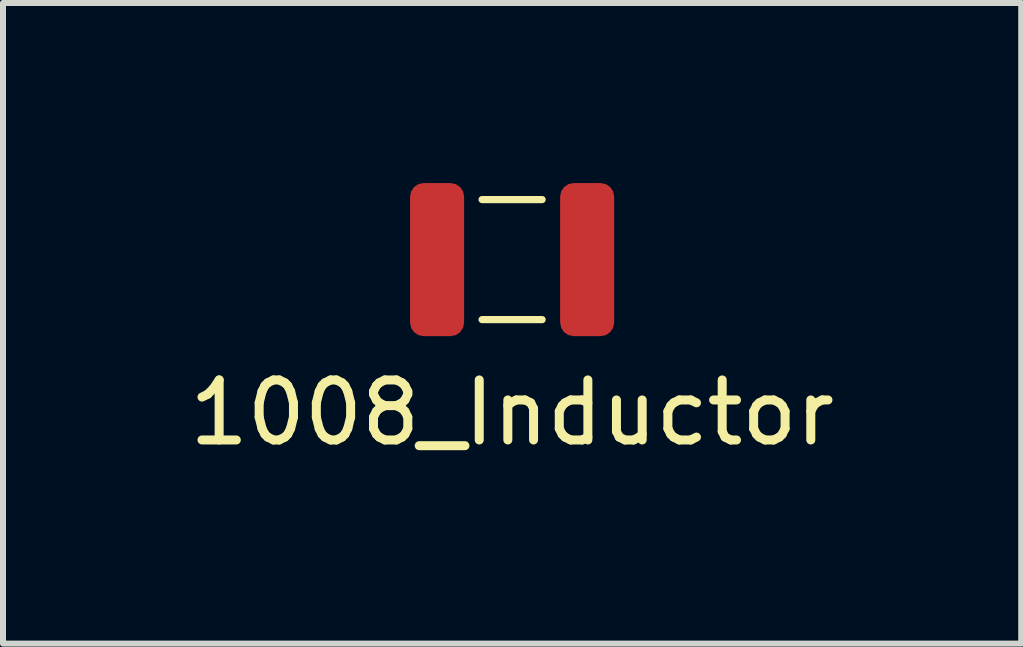
<source format=kicad_pcb>
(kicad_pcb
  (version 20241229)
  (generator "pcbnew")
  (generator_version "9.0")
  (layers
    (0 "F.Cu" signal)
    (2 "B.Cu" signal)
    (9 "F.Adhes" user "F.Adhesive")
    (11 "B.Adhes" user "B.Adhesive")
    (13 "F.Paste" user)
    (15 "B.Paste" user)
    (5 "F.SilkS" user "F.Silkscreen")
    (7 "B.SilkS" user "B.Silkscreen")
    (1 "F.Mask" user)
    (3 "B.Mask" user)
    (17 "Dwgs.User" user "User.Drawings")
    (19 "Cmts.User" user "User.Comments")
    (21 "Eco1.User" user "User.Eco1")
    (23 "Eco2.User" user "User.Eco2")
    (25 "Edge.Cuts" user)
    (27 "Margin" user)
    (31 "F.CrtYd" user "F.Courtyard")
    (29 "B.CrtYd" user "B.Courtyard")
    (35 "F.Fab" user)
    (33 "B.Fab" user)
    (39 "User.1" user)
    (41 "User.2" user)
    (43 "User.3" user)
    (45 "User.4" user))
  (footprint "1008_Inductor"
    (layer "F.Cu")
    (at 5.482 1.275)
    (property "Reference" "1008_Inductor" (at 0 2.55 0) (layer "F.SilkS") (effects (font (size 1 1) (thickness 0.15))))
    (attr through_hole)
    (fp_line (start -0.5 1) (end 0.5 1) (stroke (width 0.12) (type solid)) (layer "F.SilkS"))
    (fp_line (start 0.5 -1) (end -0.5 -1) (stroke (width 0.12) (type solid)) (layer "F.SilkS"))
    (pad "1" smd roundrect (at 1.25 0) (size 0.9 2.55) (layers "F.Cu" "F.Mask" "F.Paste") (roundrect_rratio 0.25))
    (pad "2" smd roundrect (at -1.25 0) (size 0.9 2.55) (layers "F.Cu" "F.Mask" "F.Paste") (roundrect_rratio 0.25)))
  (gr_rect
    (start -3 -3)
    (end 13.964 7.673)
    (stroke (width 0.1) (type default))
    (fill no)
    (layer "Edge.Cuts")))
</source>
